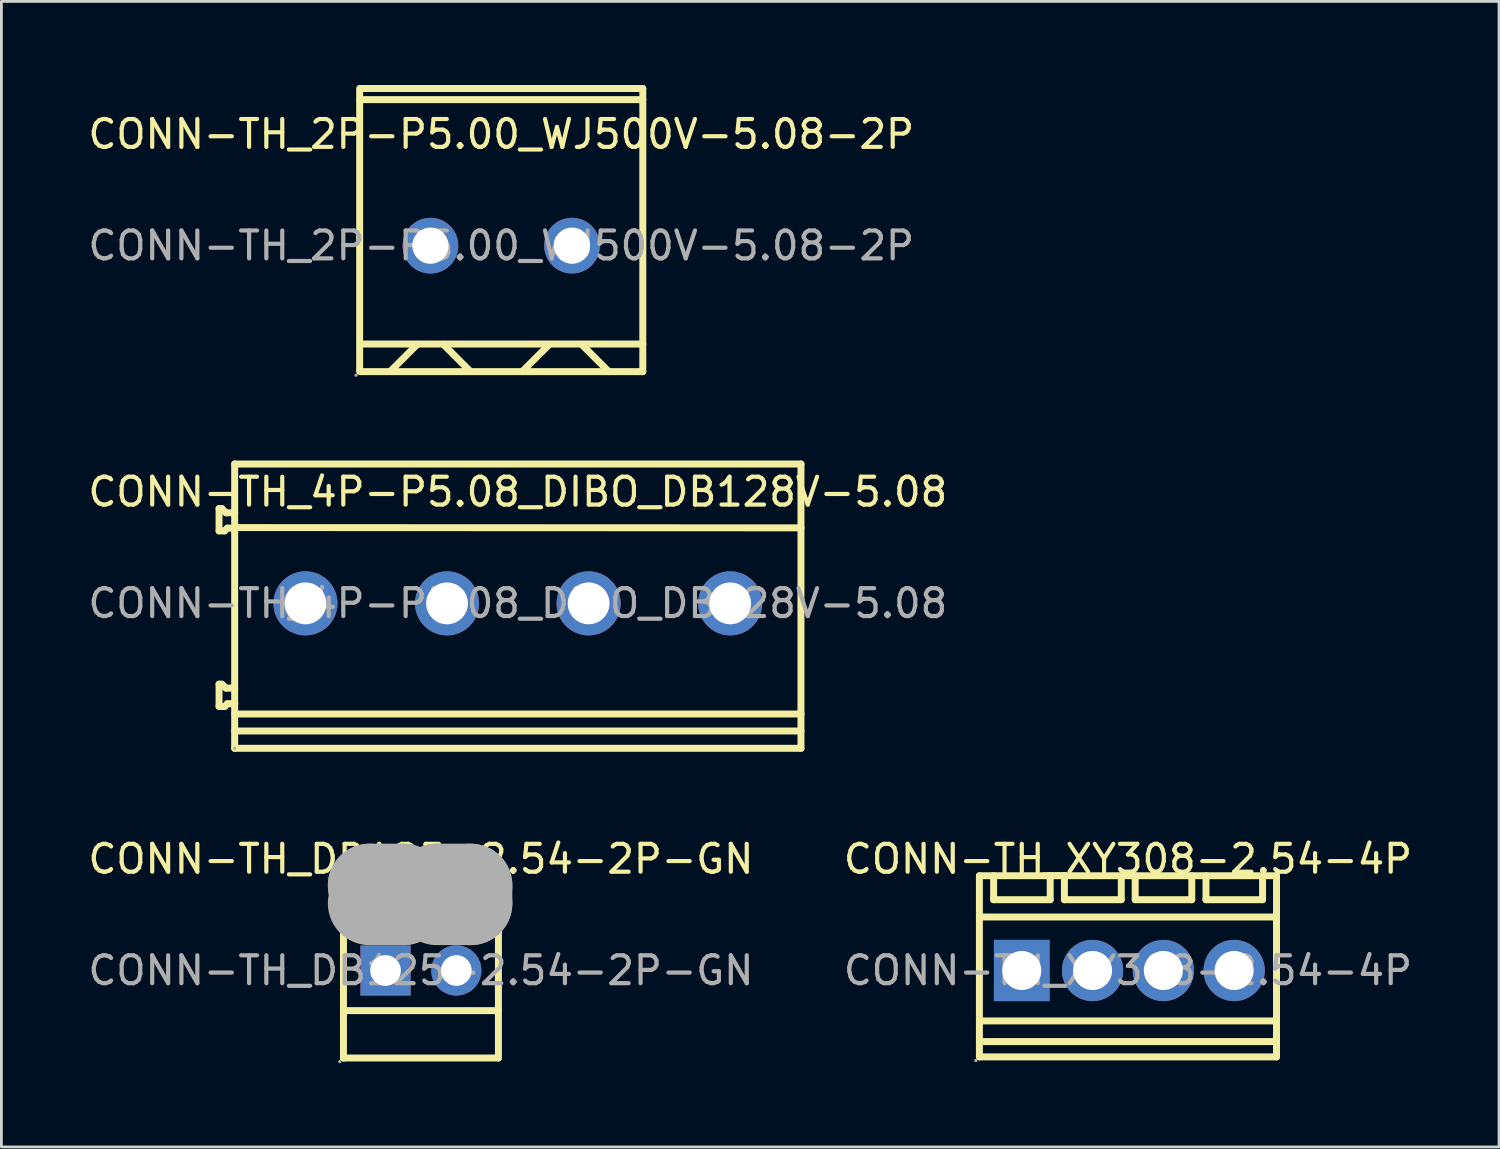
<source format=kicad_pcb>
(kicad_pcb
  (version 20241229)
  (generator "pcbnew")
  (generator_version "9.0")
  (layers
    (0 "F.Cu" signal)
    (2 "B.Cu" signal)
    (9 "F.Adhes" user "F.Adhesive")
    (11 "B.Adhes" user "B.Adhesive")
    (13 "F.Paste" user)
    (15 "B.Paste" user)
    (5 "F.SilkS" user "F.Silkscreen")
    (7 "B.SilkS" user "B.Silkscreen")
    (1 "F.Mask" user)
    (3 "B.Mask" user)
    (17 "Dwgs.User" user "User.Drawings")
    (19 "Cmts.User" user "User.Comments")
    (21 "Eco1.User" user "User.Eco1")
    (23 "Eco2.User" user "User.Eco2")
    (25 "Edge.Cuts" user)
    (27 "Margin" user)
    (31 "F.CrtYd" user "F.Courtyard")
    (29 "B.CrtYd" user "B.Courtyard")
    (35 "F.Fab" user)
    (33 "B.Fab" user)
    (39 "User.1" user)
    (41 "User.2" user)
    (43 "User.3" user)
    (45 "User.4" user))
  (footprint "CONN-TH_DB125-2.54-2P-GN"
    (layer "F.Cu")
    (at 12.054 31.773)
    (property "Reference" "CONN-TH_DB125-2.54-2P-GN" (at 0 -4 0) (layer "F.SilkS") (effects (font (size 1 1) (thickness 0.15))))
    (attr through_hole)
    (fp_line (start -2.78 -3.14) (end -2.78 3.14) (stroke (width 0.25) (type solid)) (layer "F.SilkS"))
    (fp_line (start 2.78 -3.14) (end -2.78 -3.14) (stroke (width 0.25) (type solid)) (layer "F.SilkS"))
    (fp_line (start 2.78 -3.14) (end 2.78 3.14) (stroke (width 0.25) (type solid)) (layer "F.SilkS"))
    (fp_line (start 2.78 -1.39) (end -2.78 -1.39) (stroke (width 0.25) (type solid)) (layer "F.SilkS"))
    (fp_line (start 2.78 1.44) (end -2.78 1.44) (stroke (width 0.25) (type solid)) (layer "F.SilkS"))
    (fp_line (start 2.78 3.14) (end -2.78 3.14) (stroke (width 0.25) (type solid)) (layer "F.SilkS"))
    (fp_line (start -1.84 -3.05) (end -1.84 -3.05) (stroke (width 3) (type solid)) (layer "F.Fab"))
    (fp_line (start -1.84 -3.05) (end -0.63 -3.05) (stroke (width 3) (type solid)) (layer "F.Fab"))
    (fp_line (start -0.63 -3.05) (end -0.63 -2.41) (stroke (width 3) (type solid)) (layer "F.Fab"))
    (fp_line (start -0.63 -2.41) (end -1.84 -2.41) (stroke (width 3) (type solid)) (layer "F.Fab"))
    (fp_line (start 0.57 -3.05) (end 0.57 -3.05) (stroke (width 3) (type solid)) (layer "F.Fab"))
    (fp_line (start 0.57 -3.05) (end 1.78 -3.05) (stroke (width 3) (type solid)) (layer "F.Fab"))
    (fp_line (start 1.78 -3.05) (end 1.78 -2.41) (stroke (width 3) (type solid)) (layer "F.Fab"))
    (fp_line (start 1.78 -2.41) (end 0.57 -2.41) (stroke (width 3) (type solid)) (layer "F.Fab"))
    (fp_circle (center -2.91 3.27) (end -2.88 3.27) (stroke (width 0.06) (type solid)) (fill no) (layer "F.Fab"))
    (fp_text user "${REFERENCE}" (at 0 0 0) (layer "F.Fab") (effects (font (size 1 1) (thickness 0.15))))
    (pad "1" thru_hole rect (at -1.27 0) (size 1.8 1.8) (drill 1.1) (layers "*.Cu" "*.Mask"))
    (pad "2" thru_hole circle (at 1.27 0) (size 1.8 1.8) (drill 1.1) (layers "*.Cu" "*.Mask")))
  (footprint "CONN-TH_2P-P5.00_WJ500V-5.08-2P"
    (layer "F.Cu")
    (at 14.935 5.765)
    (property "Reference" "CONN-TH_2P-P5.00_WJ500V-5.08-2P" (at 0 -4 0) (layer "F.SilkS") (effects (font (size 1 1) (thickness 0.15))))
    (attr through_hole)
    (fp_line (start -5.08 4.52) (end -5.08 -5.64) (stroke (width 0.25) (type solid)) (layer "F.SilkS"))
    (fp_line (start -3.01 3.54) (end -3.97 4.5) (stroke (width 0.25) (type solid)) (layer "F.SilkS"))
    (fp_line (start -2.08 3.54) (end -1.12 4.5) (stroke (width 0.25) (type solid)) (layer "F.SilkS"))
    (fp_line (start 1.71 3.56) (end 0.75 4.52) (stroke (width 0.25) (type solid)) (layer "F.SilkS"))
    (fp_line (start 2.9 3.56) (end 3.86 4.52) (stroke (width 0.25) (type solid)) (layer "F.SilkS"))
    (fp_line (start 5.08 -5.64) (end -5.05 -5.64) (stroke (width 0.25) (type solid)) (layer "F.SilkS"))
    (fp_line (start 5.08 -5.24) (end -5.07 -5.24) (stroke (width 0.25) (type solid)) (layer "F.SilkS"))
    (fp_line (start 5.08 3.53) (end -5.04 3.53) (stroke (width 0.25) (type solid)) (layer "F.SilkS"))
    (fp_line (start 5.08 4.52) (end -5.05 4.52) (stroke (width 0.25) (type solid)) (layer "F.SilkS"))
    (fp_line (start 5.08 4.52) (end 5.08 -5.64) (stroke (width 0.25) (type solid)) (layer "F.SilkS"))
    (fp_circle (center -5.21 4.65) (end -5.18 4.65) (stroke (width 0.06) (type solid)) (fill no) (layer "F.Fab"))
    (fp_circle (center -2.54 0) (end -2.26 0) (stroke (width 0.55) (type solid)) (fill no) (layer "F.Fab"))
    (fp_circle (center 2.54 0) (end 2.82 0) (stroke (width 0.55) (type solid)) (fill no) (layer "F.Fab"))
    (fp_text user "${REFERENCE}" (at 0 0 0) (layer "F.Fab") (effects (font (size 1 1) (thickness 0.15))))
    (pad "1" thru_hole circle (at -2.54 0 180) (size 2 2) (drill 1.3) (layers "*.Cu" "*.Mask"))
    (pad "2" thru_hole circle (at 2.54 0 180) (size 2 2) (drill 1.3) (layers "*.Cu" "*.Mask")))
  (footprint "CONN-TH_XY308-2.54-4P"
    (layer "F.Cu")
    (at 37.423 31.773)
    (property "Reference" "CONN-TH_XY308-2.54-4P" (at 0 -4 0) (layer "F.SilkS") (effects (font (size 1 1) (thickness 0.15))))
    (attr through_hole)
    (fp_line (start -5.33 -3.4) (end -5.33 3.1) (stroke (width 0.25) (type solid)) (layer "F.SilkS"))
    (fp_line (start -4.82 -3.4) (end -4.82 -2.54) (stroke (width 0.25) (type solid)) (layer "F.SilkS"))
    (fp_line (start -4.82 -2.54) (end -2.79 -2.54) (stroke (width 0.25) (type solid)) (layer "F.SilkS"))
    (fp_line (start -2.79 -2.54) (end -2.79 -3.4) (stroke (width 0.25) (type solid)) (layer "F.SilkS"))
    (fp_line (start -2.28 -3.4) (end -2.28 -2.54) (stroke (width 0.25) (type solid)) (layer "F.SilkS"))
    (fp_line (start -2.28 -2.54) (end -0.24 -2.54) (stroke (width 0.25) (type solid)) (layer "F.SilkS"))
    (fp_line (start -0.24 -2.54) (end -0.24 -3.4) (stroke (width 0.25) (type solid)) (layer "F.SilkS"))
    (fp_line (start 0.26 -3.4) (end 0.26 -2.54) (stroke (width 0.25) (type solid)) (layer "F.SilkS"))
    (fp_line (start 0.26 -2.54) (end 2.29 -2.54) (stroke (width 0.25) (type solid)) (layer "F.SilkS"))
    (fp_line (start 2.29 -2.54) (end 2.29 -3.4) (stroke (width 0.25) (type solid)) (layer "F.SilkS"))
    (fp_line (start 2.8 -3.4) (end 2.8 -2.54) (stroke (width 0.25) (type solid)) (layer "F.SilkS"))
    (fp_line (start 2.8 -2.54) (end 4.83 -2.54) (stroke (width 0.25) (type solid)) (layer "F.SilkS"))
    (fp_line (start 4.83 -2.54) (end 4.83 -3.4) (stroke (width 0.25) (type solid)) (layer "F.SilkS"))
    (fp_line (start 5.33 -3.4) (end -5.33 -3.4) (stroke (width 0.25) (type solid)) (layer "F.SilkS"))
    (fp_line (start 5.33 -3.4) (end 5.33 3.1) (stroke (width 0.25) (type solid)) (layer "F.SilkS"))
    (fp_line (start 5.33 -1.92) (end -5.33 -1.92) (stroke (width 0.25) (type solid)) (layer "F.SilkS"))
    (fp_line (start 5.33 1.81) (end -5.33 1.81) (stroke (width 0.25) (type solid)) (layer "F.SilkS"))
    (fp_line (start 5.33 2.55) (end -5.33 2.55) (stroke (width 0.25) (type solid)) (layer "F.SilkS"))
    (fp_line (start 5.33 3.1) (end -5.33 3.1) (stroke (width 0.25) (type solid)) (layer "F.SilkS"))
    (fp_circle (center -5.46 3.23) (end -5.43 3.23) (stroke (width 0.06) (type solid)) (fill no) (layer "F.Fab"))
    (fp_circle (center -3.81 0) (end -3.51 0) (stroke (width 0.6) (type solid)) (fill no) (layer "F.Fab"))
    (fp_circle (center -1.27 0) (end -0.97 0) (stroke (width 0.6) (type solid)) (fill no) (layer "F.Fab"))
    (fp_circle (center 1.27 0) (end 1.57 0) (stroke (width 0.6) (type solid)) (fill no) (layer "F.Fab"))
    (fp_circle (center 3.81 0) (end 4.11 0) (stroke (width 0.6) (type solid)) (fill no) (layer "F.Fab"))
    (fp_text user "${REFERENCE}" (at 0 0 0) (layer "F.Fab") (effects (font (size 1 1) (thickness 0.15))))
    (pad "1" thru_hole rect (at -3.81 0) (size 2 2.2) (drill 1.4) (layers "*.Cu" "*.Mask"))
    (pad "2" thru_hole circle (at -1.27 0) (size 2.2 2.2) (drill 1.4) (layers "*.Cu" "*.Mask"))
    (pad "3" thru_hole circle (at 1.27 0) (size 2.2 2.2) (drill 1.4) (layers "*.Cu" "*.Mask"))
    (pad "4" thru_hole circle (at 3.81 0) (size 2.2 2.2) (drill 1.4) (layers "*.Cu" "*.Mask")))
  (footprint "CONN-TH_4P-P5.08_DIBO_DB128V-5.08"
    (layer "F.Cu")
    (at 15.53 18.6)
    (property "Reference" "CONN-TH_4P-P5.08_DIBO_DB128V-5.08" (at 0 -4 0) (layer "F.SilkS") (effects (font (size 1 1) (thickness 0.15))))
    (attr through_hole)
    (fp_line (start -10.72 -3.4) (end -10.72 -2.6) (stroke (width 0.25) (type solid)) (layer "F.SilkS"))
    (fp_line (start -10.72 -2.6) (end -10.52 -2.6) (stroke (width 0.25) (type solid)) (layer "F.SilkS"))
    (fp_line (start -10.72 2.9) (end -10.72 3.7) (stroke (width 0.25) (type solid)) (layer "F.SilkS"))
    (fp_line (start -10.72 3.7) (end -10.52 3.7) (stroke (width 0.25) (type solid)) (layer "F.SilkS"))
    (fp_line (start -10.62 -3.4) (end -10.72 -3.4) (stroke (width 0.25) (type solid)) (layer "F.SilkS"))
    (fp_line (start -10.62 2.9) (end -10.72 2.9) (stroke (width 0.25) (type solid)) (layer "F.SilkS"))
    (fp_line (start -10.52 -2.6) (end -10.42 -2.7) (stroke (width 0.25) (type solid)) (layer "F.SilkS"))
    (fp_line (start -10.52 3.7) (end -10.42 3.6) (stroke (width 0.25) (type solid)) (layer "F.SilkS"))
    (fp_line (start -10.47 -3.25) (end -10.62 -3.4) (stroke (width 0.25) (type solid)) (layer "F.SilkS"))
    (fp_line (start -10.47 3.04) (end -10.62 2.9) (stroke (width 0.25) (type solid)) (layer "F.SilkS"))
    (fp_line (start -10.42 -2.7) (end -10.16 -2.7) (stroke (width 0.25) (type solid)) (layer "F.SilkS"))
    (fp_line (start -10.42 3.6) (end -10.16 3.6) (stroke (width 0.25) (type solid)) (layer "F.SilkS"))
    (fp_line (start -10.16 -5) (end -10.16 5.2) (stroke (width 0.25) (type solid)) (layer "F.SilkS"))
    (fp_line (start -10.16 -5) (end 10.16 -5) (stroke (width 0.25) (type solid)) (layer "F.SilkS"))
    (fp_line (start -10.16 -3.25) (end -10.47 -3.25) (stroke (width 0.25) (type solid)) (layer "F.SilkS"))
    (fp_line (start -10.16 -2.72) (end 10.16 -2.71) (stroke (width 0.25) (type solid)) (layer "F.SilkS"))
    (fp_line (start -10.16 -2.7) (end -10.12 -2.7) (stroke (width 0.25) (type solid)) (layer "F.SilkS"))
    (fp_line (start -10.16 3.04) (end -10.47 3.04) (stroke (width 0.25) (type solid)) (layer "F.SilkS"))
    (fp_line (start -10.16 3.6) (end -10.22 3.6) (stroke (width 0.25) (type solid)) (layer "F.SilkS"))
    (fp_line (start -10.16 3.97) (end 10.16 3.97) (stroke (width 0.25) (type solid)) (layer "F.SilkS"))
    (fp_line (start -10.16 4.58) (end 10.16 4.58) (stroke (width 0.25) (type solid)) (layer "F.SilkS"))
    (fp_line (start -10.16 5.2) (end 10.16 5.2) (stroke (width 0.25) (type solid)) (layer "F.SilkS"))
    (fp_line (start 10.16 -5) (end 10.16 5.2) (stroke (width 0.25) (type solid)) (layer "F.SilkS"))
    (fp_circle (center -10.16 5.2) (end -10.13 5.2) (stroke (width 0.06) (type solid)) (fill no) (layer "F.Fab"))
    (fp_text user "${REFERENCE}" (at 0 0 0) (layer "F.Fab") (effects (font (size 1 1) (thickness 0.15))))
    (pad "1" thru_hole circle (at -7.62 0) (size 2.3 2.3) (drill 1.5) (layers "*.Cu" "*.Mask"))
    (pad "2" thru_hole circle (at -2.54 0) (size 2.3 2.3) (drill 1.5) (layers "*.Cu" "*.Mask"))
    (pad "3" thru_hole circle (at 2.54 0) (size 2.3 2.3) (drill 1.5) (layers "*.Cu" "*.Mask"))
    (pad "4" thru_hole circle (at 7.62 0) (size 2.3 2.3) (drill 1.5) (layers "*.Cu" "*.Mask")))
  (gr_rect
    (start -3 -3)
    (end 50.738 38.103)
    (stroke (width 0.1) (type default))
    (fill no)
    (layer "Edge.Cuts")))
</source>
